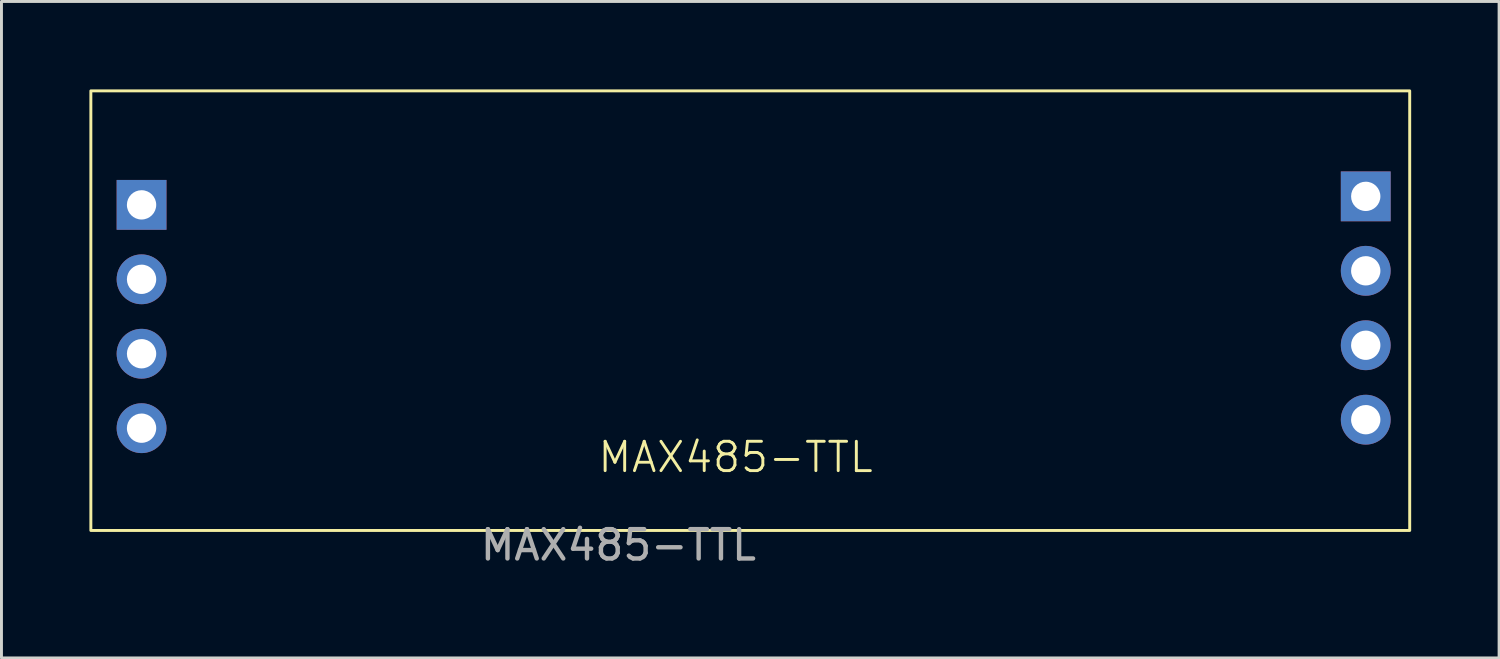
<source format=kicad_pcb>
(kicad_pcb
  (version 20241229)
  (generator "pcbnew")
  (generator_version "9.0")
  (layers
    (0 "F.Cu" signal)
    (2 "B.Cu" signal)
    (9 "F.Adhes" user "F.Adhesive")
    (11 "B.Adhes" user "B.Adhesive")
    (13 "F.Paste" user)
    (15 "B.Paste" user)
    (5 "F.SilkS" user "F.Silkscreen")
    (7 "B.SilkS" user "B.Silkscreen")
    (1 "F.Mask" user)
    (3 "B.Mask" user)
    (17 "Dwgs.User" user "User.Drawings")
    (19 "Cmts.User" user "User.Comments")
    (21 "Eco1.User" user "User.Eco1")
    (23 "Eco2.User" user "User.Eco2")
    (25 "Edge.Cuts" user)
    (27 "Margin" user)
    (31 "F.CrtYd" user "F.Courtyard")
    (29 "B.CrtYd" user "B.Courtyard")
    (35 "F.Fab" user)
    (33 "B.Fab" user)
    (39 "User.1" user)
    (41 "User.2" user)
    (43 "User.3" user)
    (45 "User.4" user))
  (footprint "MAX485-TTL"
    (layer "F.Cu")
    (at 18.05 13.05)
    (property "Reference" "MAX485-TTL" (at 4 -0.5 0) (unlocked yes) (layer "F.SilkS") (effects (font (size 1 1) (thickness 0.1))))
    (attr through_hole)
    (fp_rect (start -18 -13) (end 27 2) (stroke (width 0.1) (type default)) (fill no) (layer "F.SilkS"))
    (fp_text user "${REFERENCE}" (at 0 2.5 0) (unlocked yes) (layer "F.Fab") (effects (font (size 1 1) (thickness 0.15))))
    (pad "1" thru_hole rect (at 25.5 -9.4) (size 1.7 1.7) (drill 1) (layers "*.Cu" "*.Mask"))
    (pad "2" thru_hole oval (at 25.5 -6.86) (size 1.7 1.7) (drill 1) (layers "*.Cu" "*.Mask"))
    (pad "3" thru_hole oval (at 25.5 -4.32) (size 1.7 1.7) (drill 1) (layers "*.Cu" "*.Mask"))
    (pad "4" thru_hole oval (at 25.5 -1.78) (size 1.7 1.7) (drill 1) (layers "*.Cu" "*.Mask"))
    (pad "5" thru_hole rect (at -16.27 -9.11) (size 1.7 1.7) (drill 1) (layers "*.Cu" "*.Mask"))
    (pad "6" thru_hole oval (at -16.27 -1.49) (size 1.7 1.7) (drill 1) (layers "*.Cu" "*.Mask"))
    (pad "7" thru_hole oval (at -16.27 -6.57) (size 1.7 1.7) (drill 1) (layers "*.Cu" "*.Mask"))
    (pad "8" thru_hole oval (at -16.27 -4.03) (size 1.7 1.7) (drill 1) (layers "*.Cu" "*.Mask")))
  (gr_rect
    (start -3 -3)
    (end 48.1 19.398)
    (stroke (width 0.1) (type default))
    (fill no)
    (layer "Edge.Cuts")))
</source>
